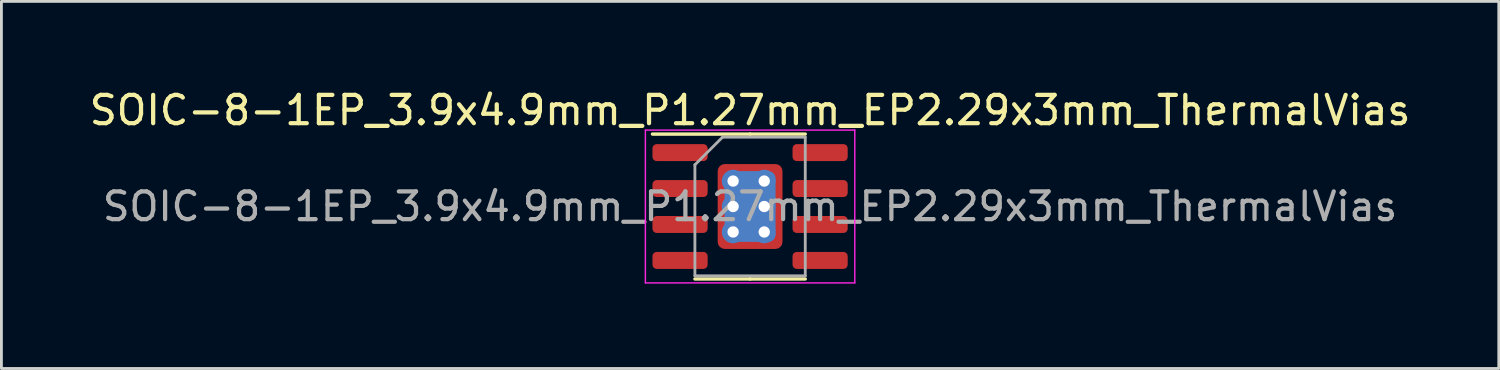
<source format=kicad_pcb>
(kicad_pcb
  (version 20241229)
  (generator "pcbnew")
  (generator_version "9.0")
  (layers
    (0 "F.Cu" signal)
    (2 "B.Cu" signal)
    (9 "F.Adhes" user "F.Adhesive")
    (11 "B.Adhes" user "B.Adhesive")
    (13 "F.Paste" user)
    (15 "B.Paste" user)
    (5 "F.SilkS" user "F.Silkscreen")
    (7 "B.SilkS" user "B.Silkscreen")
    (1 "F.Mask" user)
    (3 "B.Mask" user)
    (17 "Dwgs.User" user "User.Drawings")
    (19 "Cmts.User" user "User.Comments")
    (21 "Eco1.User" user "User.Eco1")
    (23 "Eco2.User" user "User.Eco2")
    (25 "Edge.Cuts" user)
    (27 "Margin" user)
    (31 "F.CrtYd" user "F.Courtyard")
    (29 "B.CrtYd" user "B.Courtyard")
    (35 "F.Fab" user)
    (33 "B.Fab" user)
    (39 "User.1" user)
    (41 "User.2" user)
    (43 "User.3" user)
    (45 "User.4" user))
  (footprint "SOIC-8-1EP_3.9x4.9mm_P1.27mm_EP2.29x3mm_ThermalVias"
    (layer "F.Cu")
    (at 23.458 4.248)
    (property "Reference" "SOIC-8-1EP_3.9x4.9mm_P1.27mm_EP2.29x3mm_ThermalVias" (at 0 -3.4 0) (layer "F.SilkS") (effects (font (size 1 1) (thickness 0.15))))
    (attr smd)
    (fp_line (start 0 -2.56) (end -3.45 -2.56) (stroke (width 0.12) (type solid)) (layer "F.SilkS"))
    (fp_line (start 0 -2.56) (end 1.95 -2.56) (stroke (width 0.12) (type solid)) (layer "F.SilkS"))
    (fp_line (start 0 2.56) (end -1.95 2.56) (stroke (width 0.12) (type solid)) (layer "F.SilkS"))
    (fp_line (start 0 2.56) (end 1.95 2.56) (stroke (width 0.12) (type solid)) (layer "F.SilkS"))
    (fp_line (start -3.7 -2.7) (end -3.7 2.7) (stroke (width 0.05) (type solid)) (layer "F.CrtYd"))
    (fp_line (start -3.7 2.7) (end 3.7 2.7) (stroke (width 0.05) (type solid)) (layer "F.CrtYd"))
    (fp_line (start 3.7 -2.7) (end -3.7 -2.7) (stroke (width 0.05) (type solid)) (layer "F.CrtYd"))
    (fp_line (start 3.7 2.7) (end 3.7 -2.7) (stroke (width 0.05) (type solid)) (layer "F.CrtYd"))
    (fp_line (start -1.95 -1.475) (end -0.975 -2.45) (stroke (width 0.1) (type solid)) (layer "F.Fab"))
    (fp_line (start -1.95 2.45) (end -1.95 -1.475) (stroke (width 0.1) (type solid)) (layer "F.Fab"))
    (fp_line (start -0.975 -2.45) (end 1.95 -2.45) (stroke (width 0.1) (type solid)) (layer "F.Fab"))
    (fp_line (start 1.95 -2.45) (end 1.95 2.45) (stroke (width 0.1) (type solid)) (layer "F.Fab"))
    (fp_line (start 1.95 2.45) (end -1.95 2.45) (stroke (width 0.1) (type solid)) (layer "F.Fab"))
    (fp_text user "${REFERENCE}" (at 0 0 0) (layer "F.Fab") (effects (font (size 0.98 0.98) (thickness 0.15))))
    (pad "" smd roundrect (at -0.57 -0.75) (size 0.96 1.25) (layers "F.Paste") (roundrect_rratio 0.25))
    (pad "" smd roundrect (at -0.57 0.75) (size 0.96 1.25) (layers "F.Paste") (roundrect_rratio 0.25))
    (pad "" smd roundrect (at 0.57 -0.75) (size 0.96 1.25) (layers "F.Paste") (roundrect_rratio 0.25))
    (pad "" smd roundrect (at 0.57 0.75) (size 0.96 1.25) (layers "F.Paste") (roundrect_rratio 0.25))
    (pad "1" smd roundrect (at -2.475 -1.905) (size 1.95 0.6) (layers "F.Cu" "F.Mask" "F.Paste") (roundrect_rratio 0.25))
    (pad "2" smd roundrect (at -2.475 -0.635) (size 1.95 0.6) (layers "F.Cu" "F.Mask" "F.Paste") (roundrect_rratio 0.25))
    (pad "3" smd roundrect (at -2.475 0.635) (size 1.95 0.6) (layers "F.Cu" "F.Mask" "F.Paste") (roundrect_rratio 0.25))
    (pad "4" smd roundrect (at -2.475 1.905) (size 1.95 0.6) (layers "F.Cu" "F.Mask" "F.Paste") (roundrect_rratio 0.25))
    (pad "5" smd roundrect (at 2.475 1.905) (size 1.95 0.6) (layers "F.Cu" "F.Mask" "F.Paste") (roundrect_rratio 0.25))
    (pad "6" smd roundrect (at 2.475 0.635) (size 1.95 0.6) (layers "F.Cu" "F.Mask" "F.Paste") (roundrect_rratio 0.25))
    (pad "7" smd roundrect (at 2.475 -0.635) (size 1.95 0.6) (layers "F.Cu" "F.Mask" "F.Paste") (roundrect_rratio 0.25))
    (pad "8" smd roundrect (at 2.475 -1.905) (size 1.95 0.6) (layers "F.Cu" "F.Mask" "F.Paste") (roundrect_rratio 0.25))
    (pad "9" thru_hole circle (at -0.6 -0.9) (size 0.8 0.8) (drill 0.4) (layers "*.Cu" "*.Mask"))
    (pad "9" thru_hole circle (at -0.6 0) (size 0.8 0.8) (drill 0.4) (layers "*.Cu" "*.Mask"))
    (pad "9" thru_hole circle (at -0.6 0.9) (size 0.8 0.8) (drill 0.4) (layers "*.Cu" "*.Mask"))
    (pad "9" smd roundrect (at 0 0) (size 1.8 2.5) (layers "B.Cu") (roundrect_rratio 0.139))
    (pad "9" smd roundrect (at 0 0) (size 2.29 3) (layers "F.Cu" "F.Mask") (roundrect_rratio 0.109))
    (pad "9" thru_hole circle (at 0.5 -0.9) (size 0.8 0.8) (drill 0.4) (layers "*.Cu" "*.Mask"))
    (pad "9" thru_hole circle (at 0.5 0) (size 0.8 0.8) (drill 0.4) (layers "*.Cu" "*.Mask"))
    (pad "9" thru_hole circle (at 0.5 0.9) (size 0.8 0.8) (drill 0.4) (layers "*.Cu" "*.Mask")))
  (gr_rect
    (start -3 -3)
    (end 49.917 9.973)
    (stroke (width 0.1) (type default))
    (fill no)
    (layer "Edge.Cuts")))
</source>
